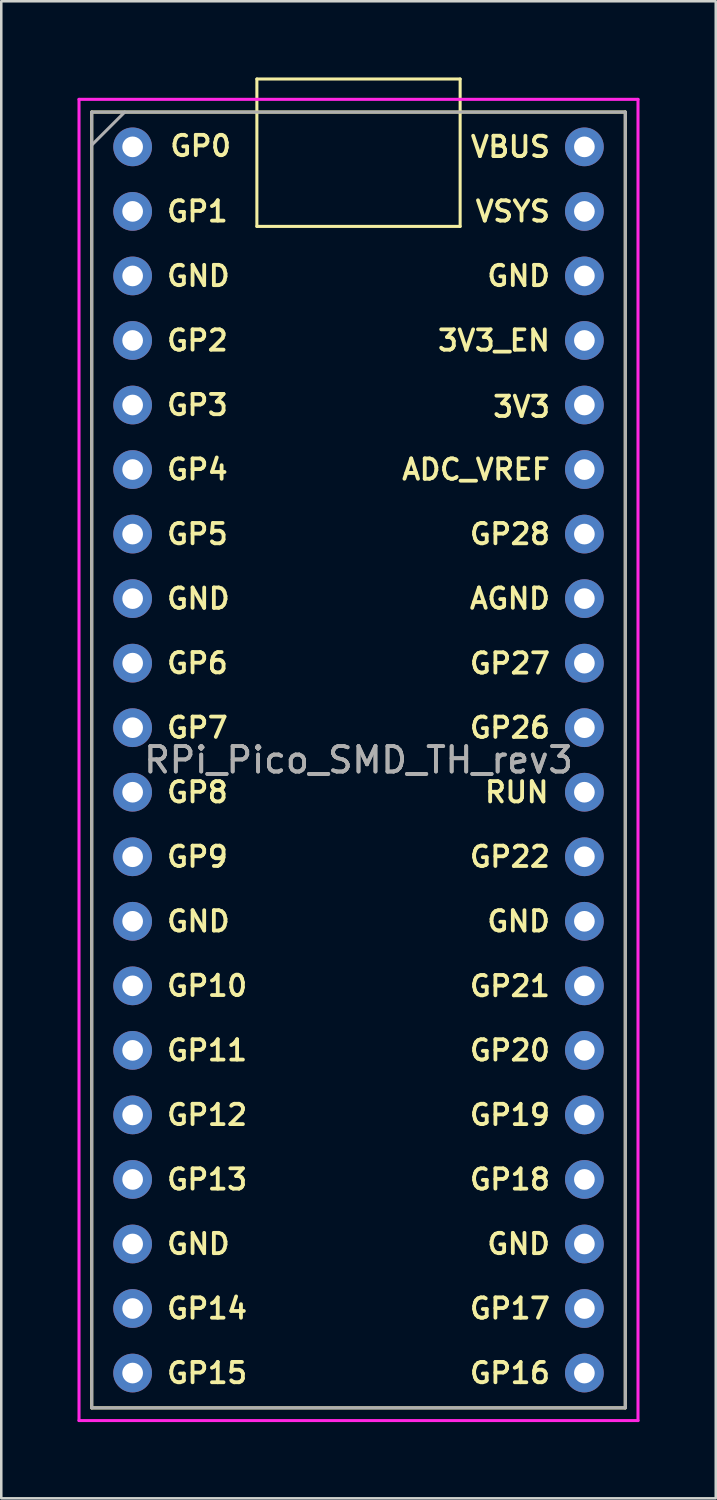
<source format=kicad_pcb>
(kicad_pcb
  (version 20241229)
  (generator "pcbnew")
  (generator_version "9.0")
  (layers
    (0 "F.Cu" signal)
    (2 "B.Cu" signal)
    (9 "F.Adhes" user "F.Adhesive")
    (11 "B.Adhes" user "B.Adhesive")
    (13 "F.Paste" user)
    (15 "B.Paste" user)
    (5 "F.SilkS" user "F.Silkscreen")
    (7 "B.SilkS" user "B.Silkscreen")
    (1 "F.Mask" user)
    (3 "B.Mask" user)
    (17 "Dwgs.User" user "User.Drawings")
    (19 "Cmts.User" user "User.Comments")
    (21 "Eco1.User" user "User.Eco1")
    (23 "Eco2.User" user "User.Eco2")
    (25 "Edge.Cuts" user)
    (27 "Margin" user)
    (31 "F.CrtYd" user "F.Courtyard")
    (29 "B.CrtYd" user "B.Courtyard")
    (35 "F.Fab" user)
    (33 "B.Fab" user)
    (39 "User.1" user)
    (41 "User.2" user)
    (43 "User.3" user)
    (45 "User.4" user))
  (footprint "RPi_Pico_SMD_TH_rev3"
    (layer "F.Cu")
    (at 11.06 26.86)
    (property "Reference" "RPi_Pico_SMD_TH_rev3" (at 0 0 0) (layer "F.Fab") (effects (font (size 1 1) (thickness 0.15))))
    (fp_line (start -10.5 -25.5) (end -10.5 25.5) (stroke (width 0.12) (type solid)) (layer "F.SilkS"))
    (fp_line (start -10.5 -25.5) (end 10.5 -25.5) (stroke (width 0.12) (type solid)) (layer "F.SilkS"))
    (fp_line (start -4 -26.8) (end -4 -21) (stroke (width 0.12) (type solid)) (layer "F.SilkS"))
    (fp_line (start -4 -26.8) (end 4 -26.8) (stroke (width 0.12) (type solid)) (layer "F.SilkS"))
    (fp_line (start -4 -21) (end 4 -21) (stroke (width 0.12) (type solid)) (layer "F.SilkS"))
    (fp_line (start 4 -26.8) (end 4 -21) (stroke (width 0.12) (type solid)) (layer "F.SilkS"))
    (fp_line (start 10.5 -25.5) (end 10.5 25.5) (stroke (width 0.12) (type solid)) (layer "F.SilkS"))
    (fp_line (start 10.5 25.5) (end -10.5 25.5) (stroke (width 0.12) (type solid)) (layer "F.SilkS"))
    (fp_line (start -11 -26) (end 11 -26) (stroke (width 0.12) (type solid)) (layer "F.CrtYd"))
    (fp_line (start -11 26) (end -11 -26) (stroke (width 0.12) (type solid)) (layer "F.CrtYd"))
    (fp_line (start 11 -26) (end 11 26) (stroke (width 0.12) (type solid)) (layer "F.CrtYd"))
    (fp_line (start 11 26) (end -11 26) (stroke (width 0.12) (type solid)) (layer "F.CrtYd"))
    (fp_line (start -10.5 -25.5) (end 10.5 -25.5) (stroke (width 0.12) (type solid)) (layer "F.Fab"))
    (fp_line (start -10.5 -24.2) (end -9.2 -25.5) (stroke (width 0.12) (type solid)) (layer "F.Fab"))
    (fp_line (start -10.5 25.5) (end -10.5 -25.5) (stroke (width 0.12) (type solid)) (layer "F.Fab"))
    (fp_line (start 10.5 -25.5) (end 10.5 25.5) (stroke (width 0.12) (type solid)) (layer "F.Fab"))
    (fp_line (start 10.5 25.5) (end -10.5 25.5) (stroke (width 0.12) (type solid)) (layer "F.Fab"))
    (fp_text user "GP21" (at 7.62 8.9 0) (layer "F.SilkS") (effects (font (size 0.8 0.8) (thickness 0.15)) (justify right)))
    (fp_text user "GP26" (at 7.62 -1.27 0) (layer "F.SilkS") (effects (font (size 0.8 0.8) (thickness 0.15)) (justify right)))
    (fp_text user "RUN" (at 7.566 1.27 0) (layer "F.SilkS") (effects (font (size 0.8 0.8) (thickness 0.15)) (justify right)))
    (fp_text user "AGND" (at 7.62 -6.35 0) (layer "F.SilkS") (effects (font (size 0.8 0.8) (thickness 0.15)) (justify right)))
    (fp_text user "GP8" (at -7.62 1.27 0) (layer "F.SilkS") (effects (font (size 0.8 0.8) (thickness 0.15)) (justify left)))
    (fp_text user "GND" (at -7.62 -6.35 0) (layer "F.SilkS") (effects (font (size 0.8 0.8) (thickness 0.15)) (justify left)))
    (fp_text user "GND" (at -7.62 6.35 0) (layer "F.SilkS") (effects (font (size 0.8 0.8) (thickness 0.15)) (justify left)))
    (fp_text user "GP15" (at -7.62 24.13 0) (layer "F.SilkS") (effects (font (size 0.8 0.8) (thickness 0.15)) (justify left)))
    (fp_text user "GP9" (at -7.62 3.81 0) (layer "F.SilkS") (effects (font (size 0.8 0.8) (thickness 0.15)) (justify left)))
    (fp_text user "GP20" (at 7.62 11.43 0) (layer "F.SilkS") (effects (font (size 0.8 0.8) (thickness 0.15)) (justify right)))
    (fp_text user "GP3" (at -7.62 -13.97 0) (layer "F.SilkS") (effects (font (size 0.8 0.8) (thickness 0.15)) (justify left)))
    (fp_text user "GP0" (at -7.493 -24.166 0) (layer "F.SilkS") (effects (font (size 0.8 0.8) (thickness 0.15)) (justify left)))
    (fp_text user "GP17" (at 7.62 21.59 0) (layer "F.SilkS") (effects (font (size 0.8 0.8) (thickness 0.15)) (justify right)))
    (fp_text user "GP6" (at -7.62 -3.81 0) (layer "F.SilkS") (effects (font (size 0.8 0.8) (thickness 0.15)) (justify left)))
    (fp_text user "GP10" (at -7.62 8.89 0) (layer "F.SilkS") (effects (font (size 0.8 0.8) (thickness 0.15)) (justify left)))
    (fp_text user "GP13" (at -7.62 16.51 0) (layer "F.SilkS") (effects (font (size 0.8 0.8) (thickness 0.15)) (justify left)))
    (fp_text user "GND" (at 7.62 19.05 0) (layer "F.SilkS") (effects (font (size 0.8 0.8) (thickness 0.15)) (justify right)))
    (fp_text user "GP22" (at 7.62 3.81 0) (layer "F.SilkS") (effects (font (size 0.8 0.8) (thickness 0.15)) (justify right)))
    (fp_text user "GP11" (at -7.62 11.43 0) (layer "F.SilkS") (effects (font (size 0.8 0.8) (thickness 0.15)) (justify left)))
    (fp_text user "GP27" (at 7.62 -3.8 0) (layer "F.SilkS") (effects (font (size 0.8 0.8) (thickness 0.15)) (justify right)))
    (fp_text user "GP28" (at 7.62 -8.89 0) (layer "F.SilkS") (effects (font (size 0.8 0.8) (thickness 0.15)) (justify right)))
    (fp_text user "GP14" (at -7.62 21.59 0) (layer "F.SilkS") (effects (font (size 0.8 0.8) (thickness 0.15)) (justify left)))
    (fp_text user "GP7" (at -7.62 -1.27 0) (layer "F.SilkS") (effects (font (size 0.8 0.8) (thickness 0.15)) (justify left)))
    (fp_text user "GP4" (at -7.62 -11.43 0) (layer "F.SilkS") (effects (font (size 0.8 0.8) (thickness 0.15)) (justify left)))
    (fp_text user "GP18" (at 7.62 16.51 0) (layer "F.SilkS") (effects (font (size 0.8 0.8) (thickness 0.15)) (justify right)))
    (fp_text user "GP16" (at 7.62 24.13 0) (layer "F.SilkS") (effects (font (size 0.8 0.8) (thickness 0.15)) (justify right)))
    (fp_text user "GND" (at -7.62 19.05 0) (layer "F.SilkS") (effects (font (size 0.8 0.8) (thickness 0.15)) (justify left)))
    (fp_text user "GP12" (at -7.62 13.97 0) (layer "F.SilkS") (effects (font (size 0.8 0.8) (thickness 0.15)) (justify left)))
    (fp_text user "3V3_EN" (at 7.62 -16.51 0) (layer "F.SilkS") (effects (font (size 0.8 0.8) (thickness 0.15)) (justify right)))
    (fp_text user "VBUS" (at 7.62 -24.13 0) (layer "F.SilkS") (effects (font (size 0.8 0.8) (thickness 0.15)) (justify right)))
    (fp_text user "VSYS" (at 7.62 -21.59 0) (layer "F.SilkS") (effects (font (size 0.8 0.8) (thickness 0.15)) (justify right)))
    (fp_text user "GP1" (at -7.62 -21.59 0) (layer "F.SilkS") (effects (font (size 0.8 0.8) (thickness 0.15)) (justify left)))
    (fp_text user "GND" (at 7.62 -19.05 0) (layer "F.SilkS") (effects (font (size 0.8 0.8) (thickness 0.15)) (justify right)))
    (fp_text user "GP5" (at -7.62 -8.89 0) (layer "F.SilkS") (effects (font (size 0.8 0.8) (thickness 0.15)) (justify left)))
    (fp_text user "ADC_VREF" (at 7.62 -11.43 0) (layer "F.SilkS") (effects (font (size 0.8 0.8) (thickness 0.15)) (justify right)))
    (fp_text user "3V3" (at 7.62 -13.9 0) (layer "F.SilkS") (effects (font (size 0.8 0.8) (thickness 0.15)) (justify right)))
    (fp_text user "GND" (at -7.62 -19.05 0) (layer "F.SilkS") (effects (font (size 0.8 0.8) (thickness 0.15)) (justify left)))
    (fp_text user "GP19" (at 7.62 13.97 0) (layer "F.SilkS") (effects (font (size 0.8 0.8) (thickness 0.15)) (justify right)))
    (fp_text user "GP2" (at -7.62 -16.51 0) (layer "F.SilkS") (effects (font (size 0.8 0.8) (thickness 0.15)) (justify left)))
    (fp_text user "GND" (at 7.62 6.35 0) (layer "F.SilkS") (effects (font (size 0.8 0.8) (thickness 0.15)) (justify right)))
    (fp_text user "${REFERENCE}" (at 0 0 180) (layer "F.Fab") (effects (font (size 1 1) (thickness 0.15))))
    (pad "1" thru_hole oval (at -8.89 -24.13) (size 1.524 1.524) (drill 0.813) (layers "*.Cu" "*.Mask"))
    (pad "2" thru_hole oval (at -8.89 -21.59) (size 1.524 1.524) (drill 0.813) (layers "*.Cu" "*.Mask"))
    (pad "3" thru_hole circle (at -8.89 -19.05) (size 1.524 1.524) (drill 0.813) (layers "*.Cu" "*.Mask"))
    (pad "4" thru_hole oval (at -8.89 -16.51) (size 1.524 1.524) (drill 0.813) (layers "*.Cu" "*.Mask"))
    (pad "5" thru_hole oval (at -8.89 -13.97) (size 1.524 1.524) (drill 0.813) (layers "*.Cu" "*.Mask"))
    (pad "6" thru_hole oval (at -8.89 -11.43) (size 1.524 1.524) (drill 0.813) (layers "*.Cu" "*.Mask"))
    (pad "7" thru_hole oval (at -8.89 -8.89) (size 1.524 1.524) (drill 0.813) (layers "*.Cu" "*.Mask"))
    (pad "8" thru_hole circle (at -8.89 -6.35) (size 1.524 1.524) (drill 0.813) (layers "*.Cu" "*.Mask"))
    (pad "9" thru_hole oval (at -8.89 -3.81) (size 1.524 1.524) (drill 0.813) (layers "*.Cu" "*.Mask"))
    (pad "10" thru_hole oval (at -8.89 -1.27) (size 1.524 1.524) (drill 0.813) (layers "*.Cu" "*.Mask"))
    (pad "11" thru_hole oval (at -8.89 1.27) (size 1.524 1.524) (drill 0.813) (layers "*.Cu" "*.Mask"))
    (pad "12" thru_hole oval (at -8.89 3.81) (size 1.524 1.524) (drill 0.813) (layers "*.Cu" "*.Mask"))
    (pad "13" thru_hole circle (at -8.89 6.35) (size 1.524 1.524) (drill 0.813) (layers "*.Cu" "*.Mask"))
    (pad "14" thru_hole oval (at -8.89 8.89) (size 1.524 1.524) (drill 0.813) (layers "*.Cu" "*.Mask"))
    (pad "15" thru_hole oval (at -8.89 11.43) (size 1.524 1.524) (drill 0.813) (layers "*.Cu" "*.Mask"))
    (pad "16" thru_hole oval (at -8.89 13.97) (size 1.524 1.524) (drill 0.813) (layers "*.Cu" "*.Mask"))
    (pad "17" thru_hole oval (at -8.89 16.51) (size 1.524 1.524) (drill 0.813) (layers "*.Cu" "*.Mask"))
    (pad "18" thru_hole circle (at -8.89 19.05) (size 1.524 1.524) (drill 0.813) (layers "*.Cu" "*.Mask"))
    (pad "19" thru_hole oval (at -8.89 21.59) (size 1.524 1.524) (drill 0.813) (layers "*.Cu" "*.Mask"))
    (pad "20" thru_hole oval (at -8.89 24.13) (size 1.524 1.524) (drill 0.813) (layers "*.Cu" "*.Mask"))
    (pad "21" thru_hole oval (at 8.89 24.13) (size 1.524 1.524) (drill 0.813) (layers "*.Cu" "*.Mask"))
    (pad "22" thru_hole oval (at 8.89 21.59) (size 1.524 1.524) (drill 0.813) (layers "*.Cu" "*.Mask"))
    (pad "23" thru_hole circle (at 8.89 19.05) (size 1.524 1.524) (drill 0.813) (layers "*.Cu" "*.Mask"))
    (pad "24" thru_hole oval (at 8.89 16.51) (size 1.524 1.524) (drill 0.813) (layers "*.Cu" "*.Mask"))
    (pad "25" thru_hole oval (at 8.89 13.97) (size 1.524 1.524) (drill 0.813) (layers "*.Cu" "*.Mask"))
    (pad "26" thru_hole oval (at 8.89 11.43) (size 1.524 1.524) (drill 0.813) (layers "*.Cu" "*.Mask"))
    (pad "27" thru_hole oval (at 8.89 8.89) (size 1.524 1.524) (drill 0.813) (layers "*.Cu" "*.Mask"))
    (pad "28" thru_hole circle (at 8.89 6.35) (size 1.524 1.524) (drill 0.813) (layers "*.Cu" "*.Mask"))
    (pad "29" thru_hole oval (at 8.89 3.81) (size 1.524 1.524) (drill 0.813) (layers "*.Cu" "*.Mask"))
    (pad "30" thru_hole oval (at 8.89 1.27) (size 1.524 1.524) (drill 0.813) (layers "*.Cu" "*.Mask"))
    (pad "31" thru_hole oval (at 8.89 -1.27) (size 1.524 1.524) (drill 0.813) (layers "*.Cu" "*.Mask"))
    (pad "32" thru_hole oval (at 8.89 -3.81) (size 1.524 1.524) (drill 0.813) (layers "*.Cu" "*.Mask"))
    (pad "33" thru_hole circle (at 8.89 -6.35) (size 1.524 1.524) (drill 0.813) (layers "*.Cu" "*.Mask"))
    (pad "34" thru_hole oval (at 8.89 -8.89) (size 1.524 1.524) (drill 0.813) (layers "*.Cu" "*.Mask"))
    (pad "35" thru_hole oval (at 8.89 -11.43) (size 1.524 1.524) (drill 0.813) (layers "*.Cu" "*.Mask"))
    (pad "36" thru_hole oval (at 8.89 -13.97) (size 1.524 1.524) (drill 0.813) (layers "*.Cu" "*.Mask"))
    (pad "37" thru_hole oval (at 8.89 -16.51) (size 1.524 1.524) (drill 0.813) (layers "*.Cu" "*.Mask"))
    (pad "38" thru_hole circle (at 8.89 -19.05) (size 1.524 1.524) (drill 0.813) (layers "*.Cu" "*.Mask"))
    (pad "39" thru_hole oval (at 8.89 -21.59) (size 1.524 1.524) (drill 0.813) (layers "*.Cu" "*.Mask"))
    (pad "40" thru_hole oval (at 8.89 -24.13) (size 1.524 1.524) (drill 0.813) (layers "*.Cu" "*.Mask")))
  (gr_rect
    (start -3 -3)
    (end 25.12 55.92)
    (stroke (width 0.1) (type default))
    (fill no)
    (layer "Edge.Cuts")))
</source>
